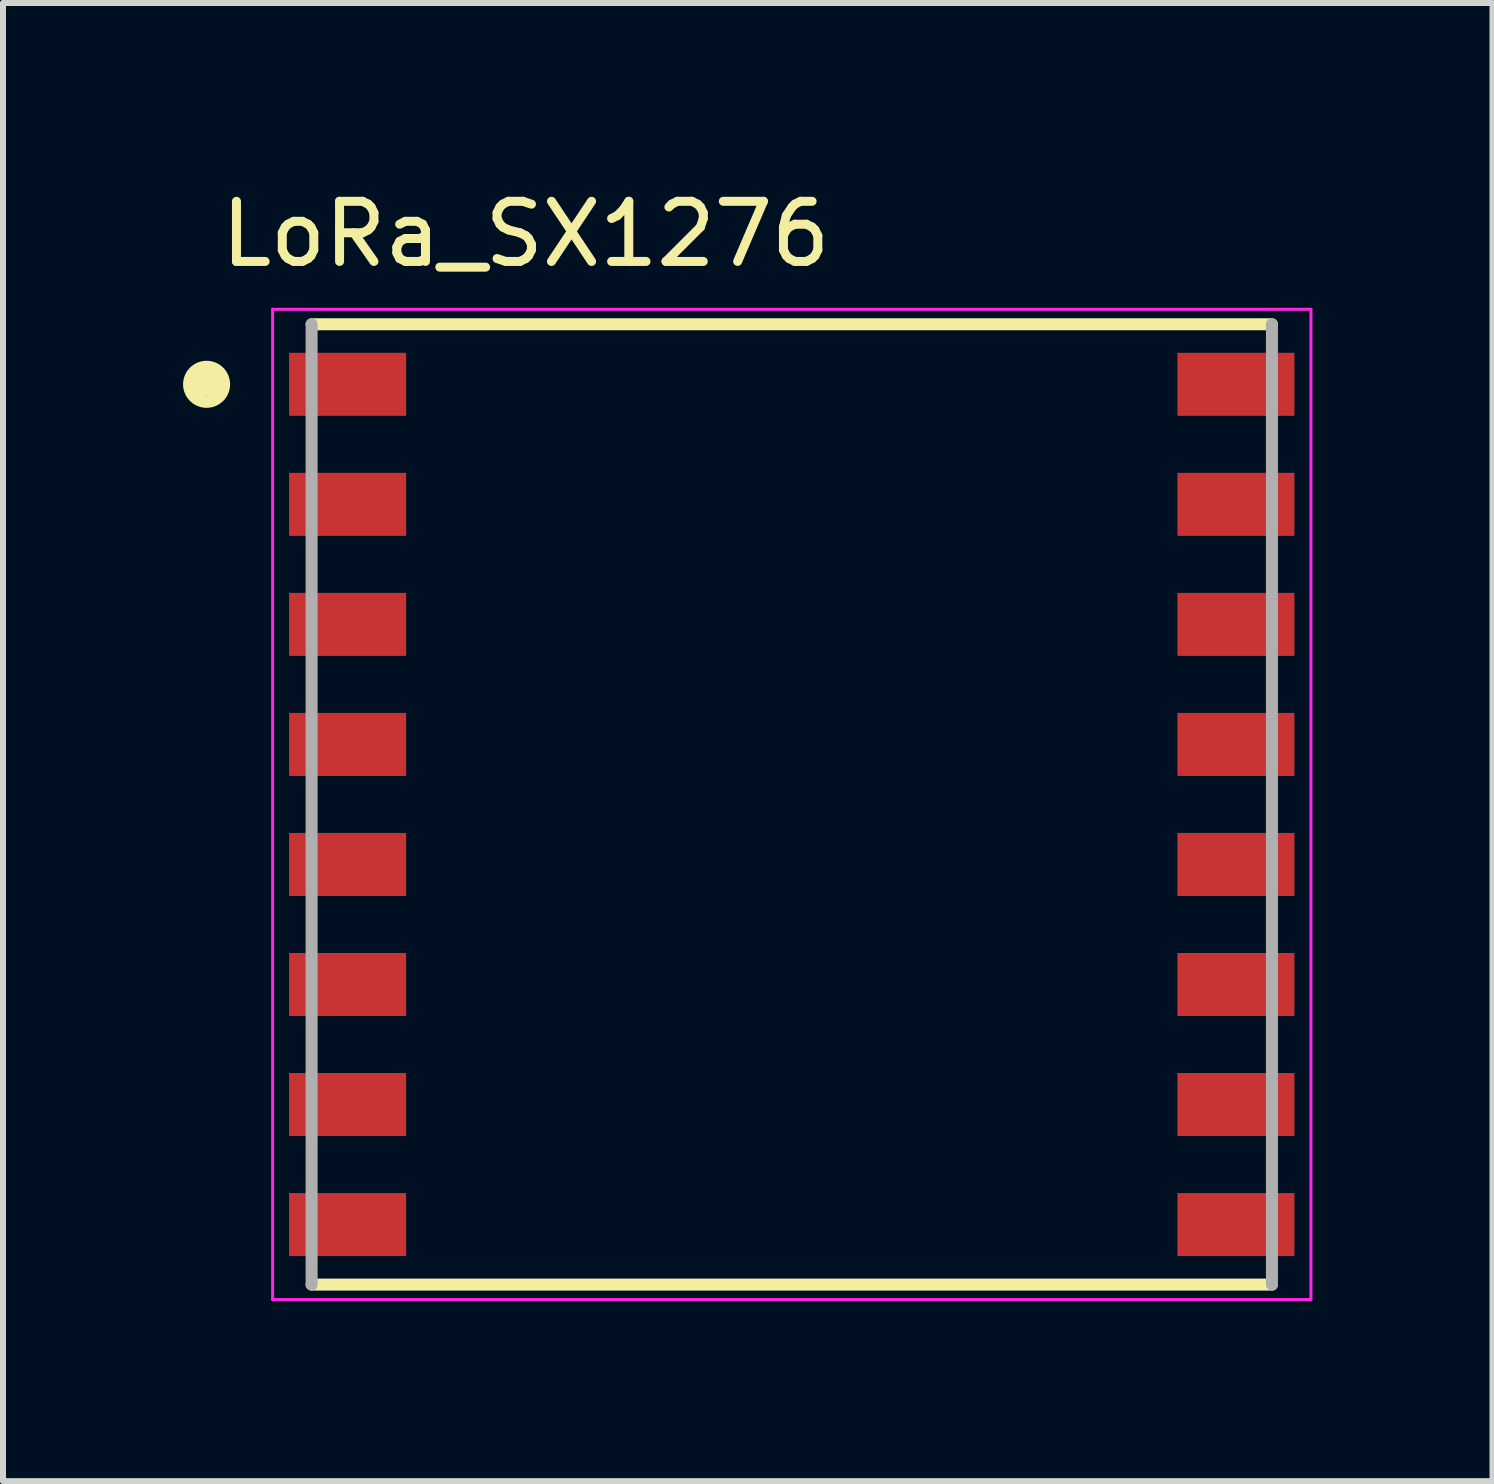
<source format=kicad_pcb>
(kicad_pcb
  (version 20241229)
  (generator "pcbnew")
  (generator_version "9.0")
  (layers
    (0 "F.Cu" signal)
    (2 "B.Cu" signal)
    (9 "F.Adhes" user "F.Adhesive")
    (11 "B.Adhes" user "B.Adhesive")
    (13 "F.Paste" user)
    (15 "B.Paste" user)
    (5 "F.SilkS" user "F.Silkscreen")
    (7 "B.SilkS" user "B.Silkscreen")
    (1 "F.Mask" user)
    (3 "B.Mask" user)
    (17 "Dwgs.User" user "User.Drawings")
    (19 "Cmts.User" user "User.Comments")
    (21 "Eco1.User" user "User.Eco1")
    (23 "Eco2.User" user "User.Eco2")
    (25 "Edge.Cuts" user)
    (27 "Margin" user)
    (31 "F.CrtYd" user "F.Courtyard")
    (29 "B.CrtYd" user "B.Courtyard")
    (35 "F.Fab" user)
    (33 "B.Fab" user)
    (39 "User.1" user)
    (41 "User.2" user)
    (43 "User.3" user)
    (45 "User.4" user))
  (footprint "LoRa_SX1276"
    (layer "F.Cu")
    (at 10.142 10.353)
    (property "Reference" "LoRa_SX1276" (at -4.433 -9.503 0) (layer "F.SilkS") (effects (font (size 1.002 1.002) (thickness 0.15))))
    (attr smd)
    (fp_line (start -8 -8) (end 8 -8) (stroke (width 0.2) (type solid)) (layer "F.SilkS"))
    (fp_line (start 8 8) (end -8 8) (stroke (width 0.2) (type solid)) (layer "F.SilkS"))
    (fp_circle (center -9.75 -7) (end -9.458 -7) (stroke (width 0.2) (type solid)) (fill no) (layer "F.SilkS"))
    (fp_poly (pts (xy -10.011 -7.2) (xy -9.5 -7.2) (xy -9.5 -6.808) (xy -10.011 -6.808)) (stroke (width 0.01) (type solid)) (fill yes) (layer "F.SilkS"))
    (fp_line (start -8.65 -8.25) (end 8.65 -8.25) (stroke (width 0.05) (type solid)) (layer "F.CrtYd"))
    (fp_line (start -8.65 8.25) (end -8.65 -8.25) (stroke (width 0.05) (type solid)) (layer "F.CrtYd"))
    (fp_line (start 8.65 -8.25) (end 8.65 8.25) (stroke (width 0.05) (type solid)) (layer "F.CrtYd"))
    (fp_line (start 8.65 8.25) (end -8.65 8.25) (stroke (width 0.05) (type solid)) (layer "F.CrtYd"))
    (fp_line (start -8 8) (end -8 -8) (stroke (width 0.2) (type solid)) (layer "F.Fab"))
    (fp_line (start 8 -8) (end 8 8) (stroke (width 0.2) (type solid)) (layer "F.Fab"))
    (pad "1" smd rect (at -7.4 -7) (size 1.95 1.05) (layers "F.Cu" "F.Mask" "F.Paste"))
    (pad "2" smd rect (at -7.4 -5) (size 1.95 1.05) (layers "F.Cu" "F.Mask" "F.Paste"))
    (pad "3" smd rect (at -7.4 -3) (size 1.95 1.05) (layers "F.Cu" "F.Mask" "F.Paste"))
    (pad "4" smd rect (at -7.4 -1) (size 1.95 1.05) (layers "F.Cu" "F.Mask" "F.Paste"))
    (pad "5" smd rect (at -7.4 1) (size 1.95 1.05) (layers "F.Cu" "F.Mask" "F.Paste"))
    (pad "6" smd rect (at -7.4 3) (size 1.95 1.05) (layers "F.Cu" "F.Mask" "F.Paste"))
    (pad "7" smd rect (at -7.4 5) (size 1.95 1.05) (layers "F.Cu" "F.Mask" "F.Paste"))
    (pad "8" smd rect (at -7.4 7) (size 1.95 1.05) (layers "F.Cu" "F.Mask" "F.Paste"))
    (pad "9" smd rect (at 7.4 7 180) (size 1.95 1.05) (layers "F.Cu" "F.Mask" "F.Paste"))
    (pad "10" smd rect (at 7.4 5 180) (size 1.95 1.05) (layers "F.Cu" "F.Mask" "F.Paste"))
    (pad "11" smd rect (at 7.4 3 180) (size 1.95 1.05) (layers "F.Cu" "F.Mask" "F.Paste"))
    (pad "12" smd rect (at 7.4 1 180) (size 1.95 1.05) (layers "F.Cu" "F.Mask" "F.Paste"))
    (pad "13" smd rect (at 7.4 -1 180) (size 1.95 1.05) (layers "F.Cu" "F.Mask" "F.Paste"))
    (pad "14" smd rect (at 7.4 -3 180) (size 1.95 1.05) (layers "F.Cu" "F.Mask" "F.Paste"))
    (pad "15" smd rect (at 7.4 -5 180) (size 1.95 1.05) (layers "F.Cu" "F.Mask" "F.Paste"))
    (pad "16" smd rect (at 7.4 -7 180) (size 1.95 1.05) (layers "F.Cu" "F.Mask" "F.Paste")))
  (gr_rect
    (start -3 -3)
    (end 21.817 21.628)
    (stroke (width 0.1) (type default))
    (fill no)
    (layer "Edge.Cuts")))
</source>
